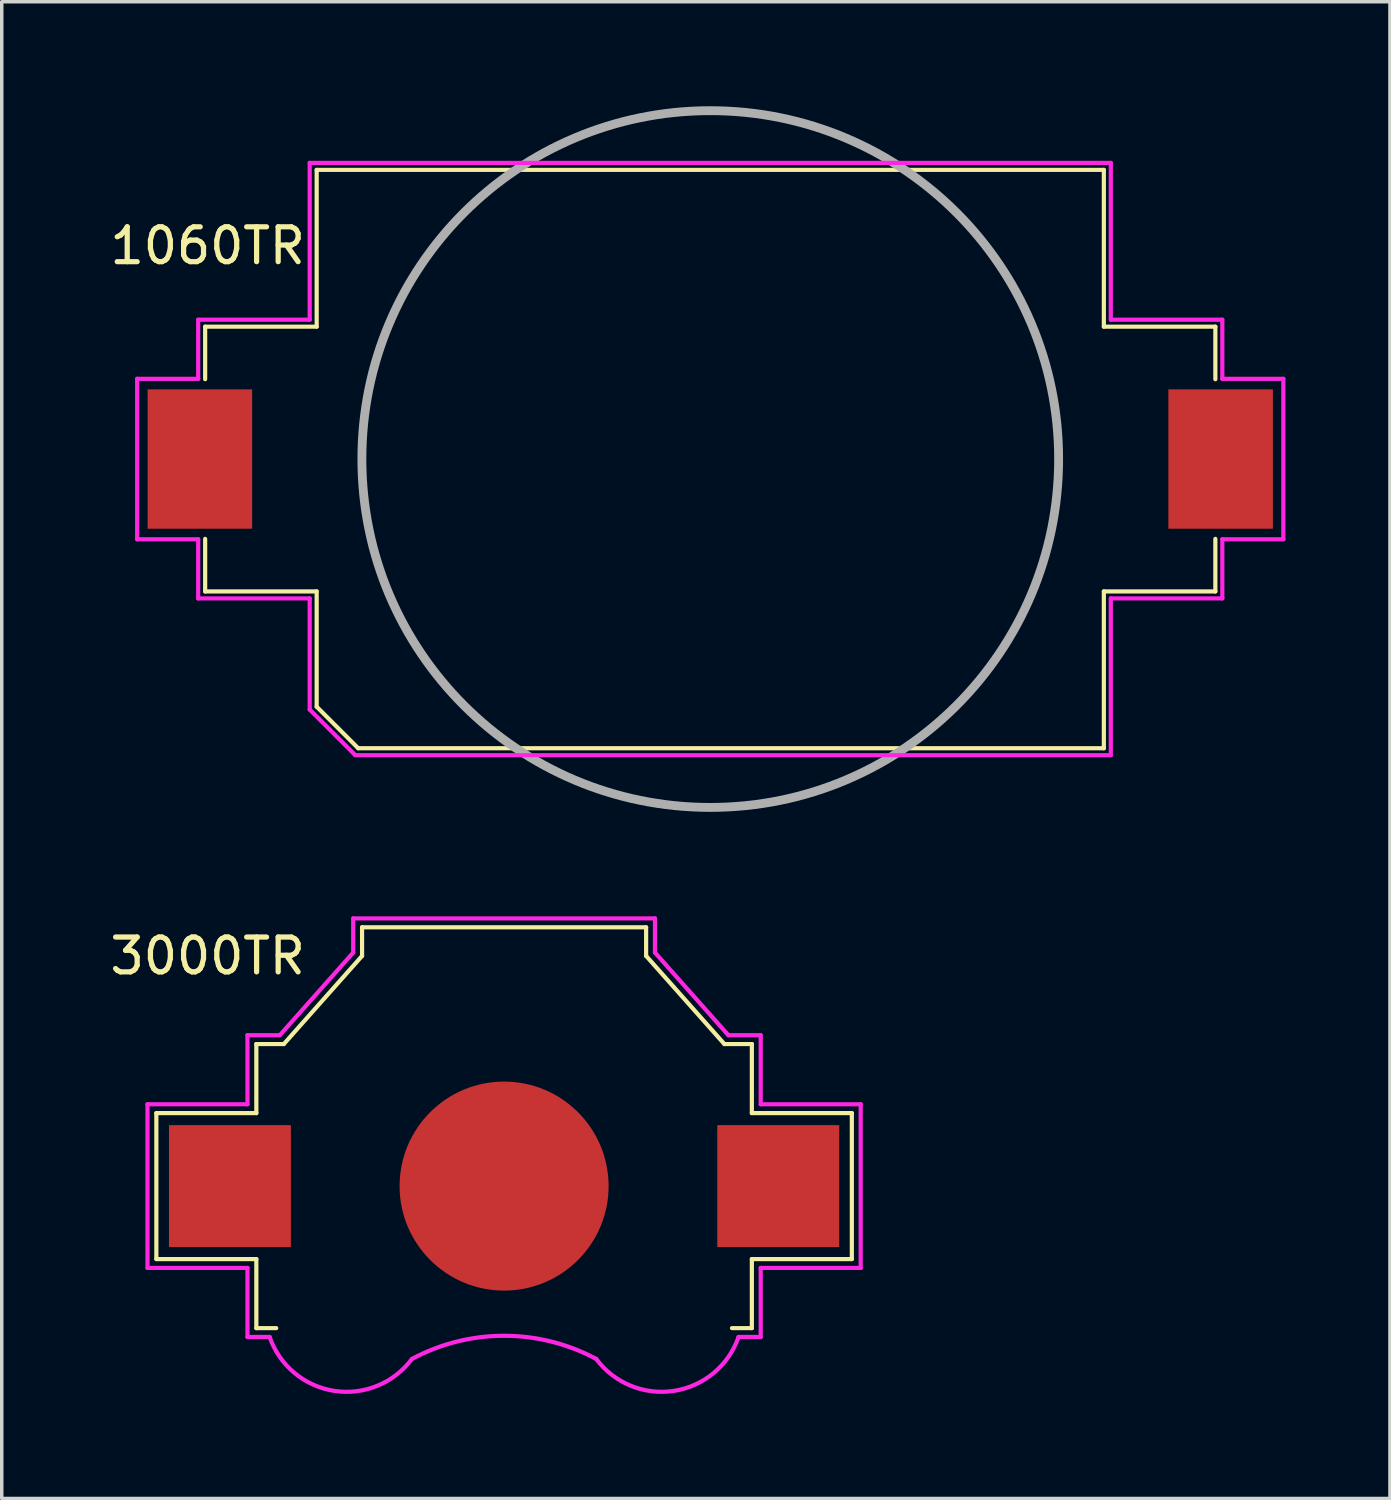
<source format=kicad_pcb>
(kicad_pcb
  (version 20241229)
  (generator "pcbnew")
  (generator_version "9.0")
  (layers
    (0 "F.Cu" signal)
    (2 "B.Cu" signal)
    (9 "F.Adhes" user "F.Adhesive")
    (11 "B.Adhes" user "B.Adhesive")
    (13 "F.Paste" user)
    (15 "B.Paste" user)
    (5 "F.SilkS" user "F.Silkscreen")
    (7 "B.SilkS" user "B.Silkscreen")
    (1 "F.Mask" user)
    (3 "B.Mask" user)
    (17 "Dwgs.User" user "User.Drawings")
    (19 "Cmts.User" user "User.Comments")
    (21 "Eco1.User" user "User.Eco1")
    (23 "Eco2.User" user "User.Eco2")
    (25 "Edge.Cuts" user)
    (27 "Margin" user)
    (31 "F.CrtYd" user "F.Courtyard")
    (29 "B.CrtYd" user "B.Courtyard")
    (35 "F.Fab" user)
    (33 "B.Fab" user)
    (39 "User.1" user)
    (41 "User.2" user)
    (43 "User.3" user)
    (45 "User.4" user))
  (footprint "3000TR"
    (layer "F.Cu")
    (at 11.42 30.997)
    (property "Reference" "3000TR" (at -8.509 -6.604 0) (layer "F.SilkS") (effects (font (size 1 1) (thickness 0.15))))
    (attr smd)
    (fp_line (start -9.982 -2.095) (end -7.112 -2.095) (stroke (width 0.12) (type solid)) (layer "F.SilkS"))
    (fp_line (start -9.982 2.095) (end -9.982 -2.095) (stroke (width 0.12) (type solid)) (layer "F.SilkS"))
    (fp_line (start -7.112 -4.077) (end -6.324 -4.077) (stroke (width 0.12) (type solid)) (layer "F.SilkS"))
    (fp_line (start -7.112 -2.095) (end -7.112 -4.077) (stroke (width 0.12) (type solid)) (layer "F.SilkS"))
    (fp_line (start -7.112 2.095) (end -9.982 2.095) (stroke (width 0.12) (type solid)) (layer "F.SilkS"))
    (fp_line (start -7.112 4.077) (end -7.112 2.095) (stroke (width 0.12) (type solid)) (layer "F.SilkS"))
    (fp_line (start -6.541 4.077) (end -7.112 4.077) (stroke (width 0.12) (type solid)) (layer "F.SilkS"))
    (fp_line (start -6.324 -4.077) (end -4.077 -6.607) (stroke (width 0.12) (type solid)) (layer "F.SilkS"))
    (fp_line (start -4.077 -6.607) (end -4.077 -7.429) (stroke (width 0.12) (type solid)) (layer "F.SilkS"))
    (fp_line (start 4.077 -7.429) (end -4.077 -7.429) (stroke (width 0.12) (type solid)) (layer "F.SilkS"))
    (fp_line (start 4.077 -7.429) (end 4.077 -6.607) (stroke (width 0.12) (type solid)) (layer "F.SilkS"))
    (fp_line (start 4.077 -6.607) (end 6.324 -4.077) (stroke (width 0.12) (type solid)) (layer "F.SilkS"))
    (fp_line (start 6.324 -4.077) (end 7.112 -4.077) (stroke (width 0.12) (type solid)) (layer "F.SilkS"))
    (fp_line (start 7.112 -2.095) (end 7.112 -4.077) (stroke (width 0.12) (type solid)) (layer "F.SilkS"))
    (fp_line (start 7.112 2.095) (end 9.982 2.095) (stroke (width 0.12) (type solid)) (layer "F.SilkS"))
    (fp_line (start 7.112 4.077) (end 6.541 4.077) (stroke (width 0.12) (type solid)) (layer "F.SilkS"))
    (fp_line (start 7.112 4.077) (end 7.112 2.095) (stroke (width 0.12) (type solid)) (layer "F.SilkS"))
    (fp_line (start 9.982 -2.095) (end 7.112 -2.095) (stroke (width 0.12) (type solid)) (layer "F.SilkS"))
    (fp_line (start 9.982 2.095) (end 9.982 -2.095) (stroke (width 0.12) (type solid)) (layer "F.SilkS"))
    (fp_line (start -10.236 -2.349) (end -7.366 -2.349) (stroke (width 0.12) (type solid)) (layer "F.CrtYd"))
    (fp_line (start -10.236 2.349) (end -10.236 -2.349) (stroke (width 0.12) (type solid)) (layer "F.CrtYd"))
    (fp_line (start -7.366 -4.331) (end -6.438 -4.331) (stroke (width 0.12) (type solid)) (layer "F.CrtYd"))
    (fp_line (start -7.366 -2.349) (end -7.366 -4.331) (stroke (width 0.12) (type solid)) (layer "F.CrtYd"))
    (fp_line (start -7.366 2.349) (end -10.236 2.349) (stroke (width 0.12) (type solid)) (layer "F.CrtYd"))
    (fp_line (start -7.366 4.331) (end -7.366 2.349) (stroke (width 0.12) (type solid)) (layer "F.CrtYd"))
    (fp_line (start -6.73 4.331) (end -7.366 4.331) (stroke (width 0.12) (type solid)) (layer "F.CrtYd"))
    (fp_line (start -6.438 -4.331) (end -4.331 -6.703) (stroke (width 0.12) (type solid)) (layer "F.CrtYd"))
    (fp_line (start -4.331 -6.703) (end -4.331 -7.684) (stroke (width 0.12) (type solid)) (layer "F.CrtYd"))
    (fp_line (start 4.331 -7.684) (end -4.331 -7.684) (stroke (width 0.12) (type solid)) (layer "F.CrtYd"))
    (fp_line (start 4.331 -7.684) (end 4.331 -6.703) (stroke (width 0.12) (type solid)) (layer "F.CrtYd"))
    (fp_line (start 4.331 -6.703) (end 6.438 -4.331) (stroke (width 0.12) (type solid)) (layer "F.CrtYd"))
    (fp_line (start 6.438 -4.331) (end 7.366 -4.331) (stroke (width 0.12) (type solid)) (layer "F.CrtYd"))
    (fp_line (start 7.366 -2.349) (end 7.366 -4.331) (stroke (width 0.12) (type solid)) (layer "F.CrtYd"))
    (fp_line (start 7.366 2.349) (end 10.236 2.349) (stroke (width 0.12) (type solid)) (layer "F.CrtYd"))
    (fp_line (start 7.366 4.331) (end 6.73 4.331) (stroke (width 0.12) (type solid)) (layer "F.CrtYd"))
    (fp_line (start 7.366 4.331) (end 7.366 2.349) (stroke (width 0.12) (type solid)) (layer "F.CrtYd"))
    (fp_line (start 10.236 -2.349) (end 7.366 -2.349) (stroke (width 0.12) (type solid)) (layer "F.CrtYd"))
    (fp_line (start 10.236 2.349) (end 10.236 -2.349) (stroke (width 0.12) (type solid)) (layer "F.CrtYd"))
    (fp_arc (start -2.645547 4.962457) (mid -0.000001 4.296532) (end 2.645546 4.962456) (stroke (width 0.12) (type solid)) (layer "F.CrtYd"))
    (fp_arc (start -2.645546 4.962457) (mid -4.87837 5.878042) (end -6.730269 4.330699) (stroke (width 0.12) (type solid)) (layer "F.CrtYd"))
    (fp_arc (start 6.730268 4.3307) (mid 4.878369 5.878042) (end 2.645546 4.962456) (stroke (width 0.12) (type solid)) (layer "F.CrtYd"))
    (pad "" smd rect (at -7.87 0) (size 3.5 3.5) (layers "F.Cu" "F.Mask" "F.Paste"))
    (pad "1" smd rect (at 7.87 0) (size 3.5 3.5) (layers "F.Cu" "F.Mask" "F.Paste"))
    (pad "2" smd circle (at 0 0) (size 6 6) (layers "F.Cu" "F.Mask")))
  (footprint "1060TR"
    (layer "F.Cu")
    (at 17.338 10.127)
    (property "Reference" "1060TR" (at -14.427 -6.121 0) (layer "F.SilkS") (effects (font (size 1 1) (thickness 0.15))))
    (attr through_hole)
    (fp_line (start -14.499 -3.8) (end -11.298 -3.8) (stroke (width 0.12) (type solid)) (layer "F.SilkS"))
    (fp_line (start -14.499 -2.292) (end -14.499 -3.8) (stroke (width 0.12) (type solid)) (layer "F.SilkS"))
    (fp_line (start -14.499 3.8) (end -14.499 2.292) (stroke (width 0.12) (type solid)) (layer "F.SilkS"))
    (fp_line (start -14.499 3.8) (end -11.298 3.8) (stroke (width 0.12) (type solid)) (layer "F.SilkS"))
    (fp_line (start -11.298 -8.301) (end 11.298 -8.301) (stroke (width 0.12) (type solid)) (layer "F.SilkS"))
    (fp_line (start -11.298 -3.8) (end -11.298 -8.301) (stroke (width 0.12) (type solid)) (layer "F.SilkS"))
    (fp_line (start -11.298 7.109) (end -11.298 3.8) (stroke (width 0.12) (type solid)) (layer "F.SilkS"))
    (fp_line (start -10.106 8.301) (end -11.298 7.109) (stroke (width 0.12) (type solid)) (layer "F.SilkS"))
    (fp_line (start -10.106 8.301) (end 11.298 8.301) (stroke (width 0.12) (type solid)) (layer "F.SilkS"))
    (fp_line (start 11.298 -3.8) (end 11.298 -8.301) (stroke (width 0.12) (type solid)) (layer "F.SilkS"))
    (fp_line (start 11.298 -3.8) (end 14.499 -3.8) (stroke (width 0.12) (type solid)) (layer "F.SilkS"))
    (fp_line (start 11.298 3.8) (end 14.499 3.8) (stroke (width 0.12) (type solid)) (layer "F.SilkS"))
    (fp_line (start 11.298 8.301) (end 11.298 3.8) (stroke (width 0.12) (type solid)) (layer "F.SilkS"))
    (fp_line (start 14.499 -2.292) (end 14.499 -3.8) (stroke (width 0.12) (type solid)) (layer "F.SilkS"))
    (fp_line (start 14.499 3.8) (end 14.499 2.292) (stroke (width 0.12) (type solid)) (layer "F.SilkS"))
    (fp_line (start -16.451 -2.303) (end -16.451 2.303) (stroke (width 0.12) (type solid)) (layer "F.CrtYd"))
    (fp_line (start -16.451 -2.303) (end -14.699 -2.303) (stroke (width 0.12) (type solid)) (layer "F.CrtYd"))
    (fp_line (start -16.451 2.303) (end -14.699 2.303) (stroke (width 0.12) (type solid)) (layer "F.CrtYd"))
    (fp_line (start -14.699 -4) (end -11.498 -4) (stroke (width 0.12) (type solid)) (layer "F.CrtYd"))
    (fp_line (start -14.699 -2.303) (end -14.699 -4) (stroke (width 0.12) (type solid)) (layer "F.CrtYd"))
    (fp_line (start -14.699 4) (end -14.699 2.303) (stroke (width 0.12) (type solid)) (layer "F.CrtYd"))
    (fp_line (start -14.699 4) (end -11.498 4) (stroke (width 0.12) (type solid)) (layer "F.CrtYd"))
    (fp_line (start -11.498 -8.501) (end 11.498 -8.501) (stroke (width 0.12) (type solid)) (layer "F.CrtYd"))
    (fp_line (start -11.498 -4) (end -11.498 -8.501) (stroke (width 0.12) (type solid)) (layer "F.CrtYd"))
    (fp_line (start -11.498 7.192) (end -11.498 4) (stroke (width 0.12) (type solid)) (layer "F.CrtYd"))
    (fp_line (start -10.189 8.501) (end -11.498 7.192) (stroke (width 0.12) (type solid)) (layer "F.CrtYd"))
    (fp_line (start -10.189 8.501) (end 11.498 8.501) (stroke (width 0.12) (type solid)) (layer "F.CrtYd"))
    (fp_line (start 11.498 -4) (end 11.498 -8.501) (stroke (width 0.12) (type solid)) (layer "F.CrtYd"))
    (fp_line (start 11.498 -4) (end 14.699 -4) (stroke (width 0.12) (type solid)) (layer "F.CrtYd"))
    (fp_line (start 11.498 4) (end 14.699 4) (stroke (width 0.12) (type solid)) (layer "F.CrtYd"))
    (fp_line (start 11.498 8.501) (end 11.498 4) (stroke (width 0.12) (type solid)) (layer "F.CrtYd"))
    (fp_line (start 14.699 -2.303) (end 14.699 -4) (stroke (width 0.12) (type solid)) (layer "F.CrtYd"))
    (fp_line (start 14.699 -2.303) (end 16.451 -2.303) (stroke (width 0.12) (type solid)) (layer "F.CrtYd"))
    (fp_line (start 14.699 2.303) (end 16.451 2.303) (stroke (width 0.12) (type solid)) (layer "F.CrtYd"))
    (fp_line (start 14.699 4) (end 14.699 2.303) (stroke (width 0.12) (type solid)) (layer "F.CrtYd"))
    (fp_line (start 16.451 -2.303) (end 16.451 2.303) (stroke (width 0.12) (type solid)) (layer "F.CrtYd"))
    (fp_circle (center 0 0) (end 10 0) (stroke (width 0.254) (type solid)) (fill no) (layer "F.Fab"))
    (pad "1" smd rect (at -14.65 0) (size 3 4) (layers "F.Cu" "F.Mask" "F.Paste"))
    (pad "2" smd rect (at 14.65 0) (size 3 4) (layers "F.Cu" "F.Mask" "F.Paste")))
  (gr_rect
    (start -3 -3)
    (end 36.849 39.963)
    (stroke (width 0.1) (type default))
    (fill no)
    (layer "Edge.Cuts")))
</source>
